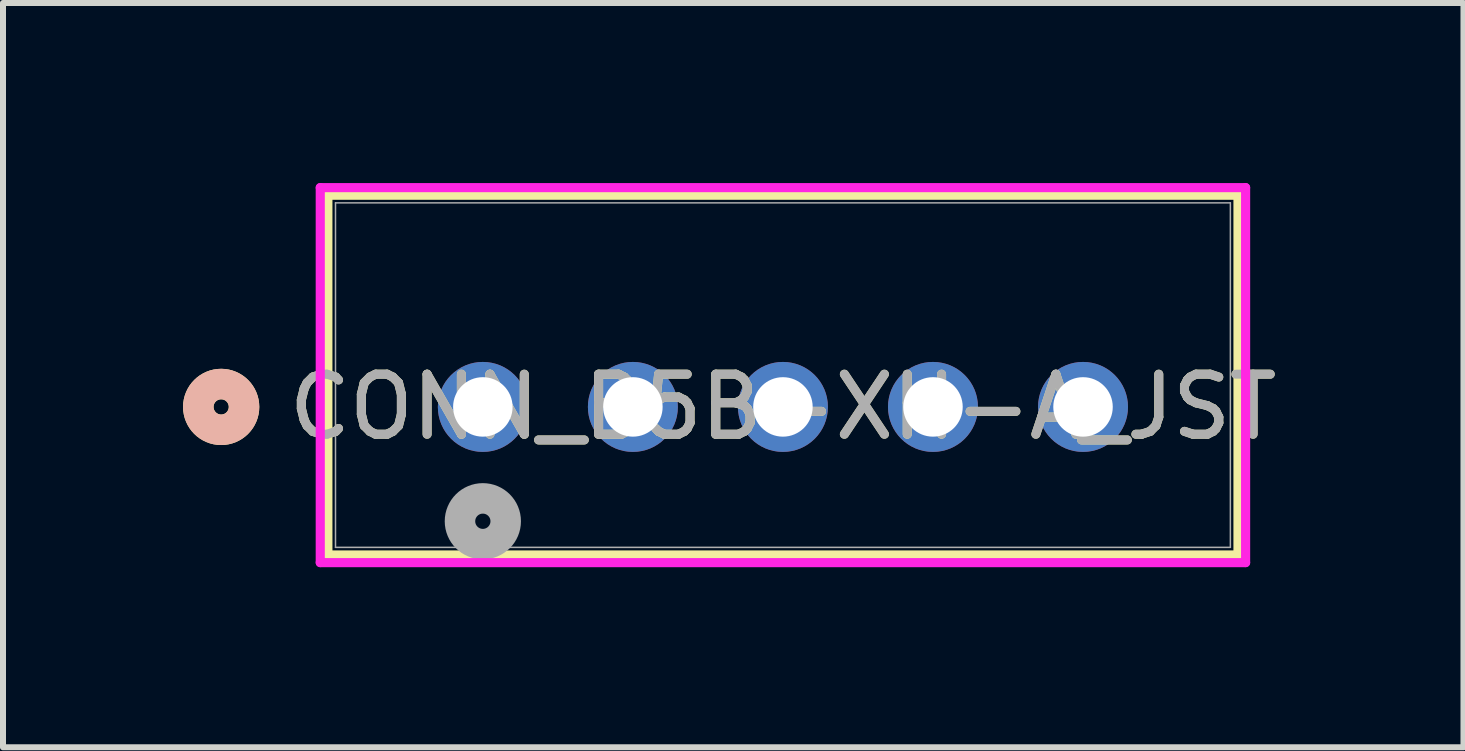
<source format=kicad_pcb>
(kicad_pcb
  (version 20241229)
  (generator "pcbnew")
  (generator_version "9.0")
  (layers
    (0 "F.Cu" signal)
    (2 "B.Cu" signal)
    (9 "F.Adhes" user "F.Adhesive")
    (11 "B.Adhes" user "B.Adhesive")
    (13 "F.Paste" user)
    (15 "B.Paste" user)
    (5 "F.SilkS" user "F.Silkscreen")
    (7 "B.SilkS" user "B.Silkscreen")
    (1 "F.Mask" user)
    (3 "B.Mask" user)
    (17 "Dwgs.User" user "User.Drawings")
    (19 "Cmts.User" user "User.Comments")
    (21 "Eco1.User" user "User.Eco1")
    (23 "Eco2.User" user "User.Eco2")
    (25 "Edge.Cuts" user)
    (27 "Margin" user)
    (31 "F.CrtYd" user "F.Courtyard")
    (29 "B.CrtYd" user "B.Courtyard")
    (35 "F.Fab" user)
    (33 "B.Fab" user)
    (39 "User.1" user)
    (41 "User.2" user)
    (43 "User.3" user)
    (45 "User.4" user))
  (footprint "CONN_B5B-XH-A_JST"
    (layer "F.Cu")
    (at 4.995 3.73)
    (property "Reference" "CONN_B5B-XH-A_JST" (at 5 0 0) (unlocked yes) (layer "F.SilkS") (effects (font (size 1 1) (thickness 0.15))))
    (attr through_hole)
    (fp_line (start -2.582 -3.527) (end -2.582 2.467) (stroke (width 0.152) (type solid)) (layer "F.SilkS"))
    (fp_line (start -2.582 2.467) (end 12.582 2.467) (stroke (width 0.152) (type solid)) (layer "F.SilkS"))
    (fp_line (start 12.582 -3.527) (end -2.582 -3.527) (stroke (width 0.152) (type solid)) (layer "F.SilkS"))
    (fp_line (start 12.582 2.467) (end 12.582 -3.527) (stroke (width 0.152) (type solid)) (layer "F.SilkS"))
    (fp_circle (center -4.36 0) (end -3.979 0) (stroke (width 0.508) (type solid)) (fill no) (layer "F.SilkS"))
    (fp_circle (center -4.36 0) (end -3.979 0) (stroke (width 0.508) (type solid)) (fill no) (layer "B.SilkS"))
    (fp_line (start -2.709 -3.654) (end -2.709 2.594) (stroke (width 0.152) (type solid)) (layer "F.CrtYd"))
    (fp_line (start -2.709 2.594) (end 12.709 2.594) (stroke (width 0.152) (type solid)) (layer "F.CrtYd"))
    (fp_line (start 12.709 -3.654) (end -2.709 -3.654) (stroke (width 0.152) (type solid)) (layer "F.CrtYd"))
    (fp_line (start 12.709 2.594) (end 12.709 -3.654) (stroke (width 0.152) (type solid)) (layer "F.CrtYd"))
    (fp_line (start -2.455 -3.4) (end -2.455 2.34) (stroke (width 0.025) (type solid)) (layer "F.Fab"))
    (fp_line (start -2.455 2.34) (end 12.455 2.34) (stroke (width 0.025) (type solid)) (layer "F.Fab"))
    (fp_line (start 12.455 -3.4) (end -2.455 -3.4) (stroke (width 0.025) (type solid)) (layer "F.Fab"))
    (fp_line (start 12.455 2.34) (end 12.455 -3.4) (stroke (width 0.025) (type solid)) (layer "F.Fab"))
    (fp_circle (center 0 1.905) (end 0.381 1.905) (stroke (width 0.508) (type solid)) (fill no) (layer "F.Fab"))
    (fp_text user "${REFERENCE}" (at 5 0 0) (unlocked yes) (layer "F.Fab") (effects (font (size 1 1) (thickness 0.15))))
    (pad "1" thru_hole circle (at 0 0) (size 1.499 1.499) (drill 0.991) (layers "*.Cu" "*.Mask"))
    (pad "2" thru_hole circle (at 2.5 0) (size 1.499 1.499) (drill 0.991) (layers "*.Cu" "*.Mask"))
    (pad "3" thru_hole circle (at 5 0) (size 1.499 1.499) (drill 0.991) (layers "*.Cu" "*.Mask"))
    (pad "4" thru_hole circle (at 7.5 0) (size 1.499 1.499) (drill 0.991) (layers "*.Cu" "*.Mask"))
    (pad "5" thru_hole circle (at 10 0) (size 1.499 1.499) (drill 0.991) (layers "*.Cu" "*.Mask")))
  (gr_rect
    (start -3 -3)
    (end 21.334 9.401)
    (stroke (width 0.1) (type default))
    (fill no)
    (layer "Edge.Cuts")))
</source>
